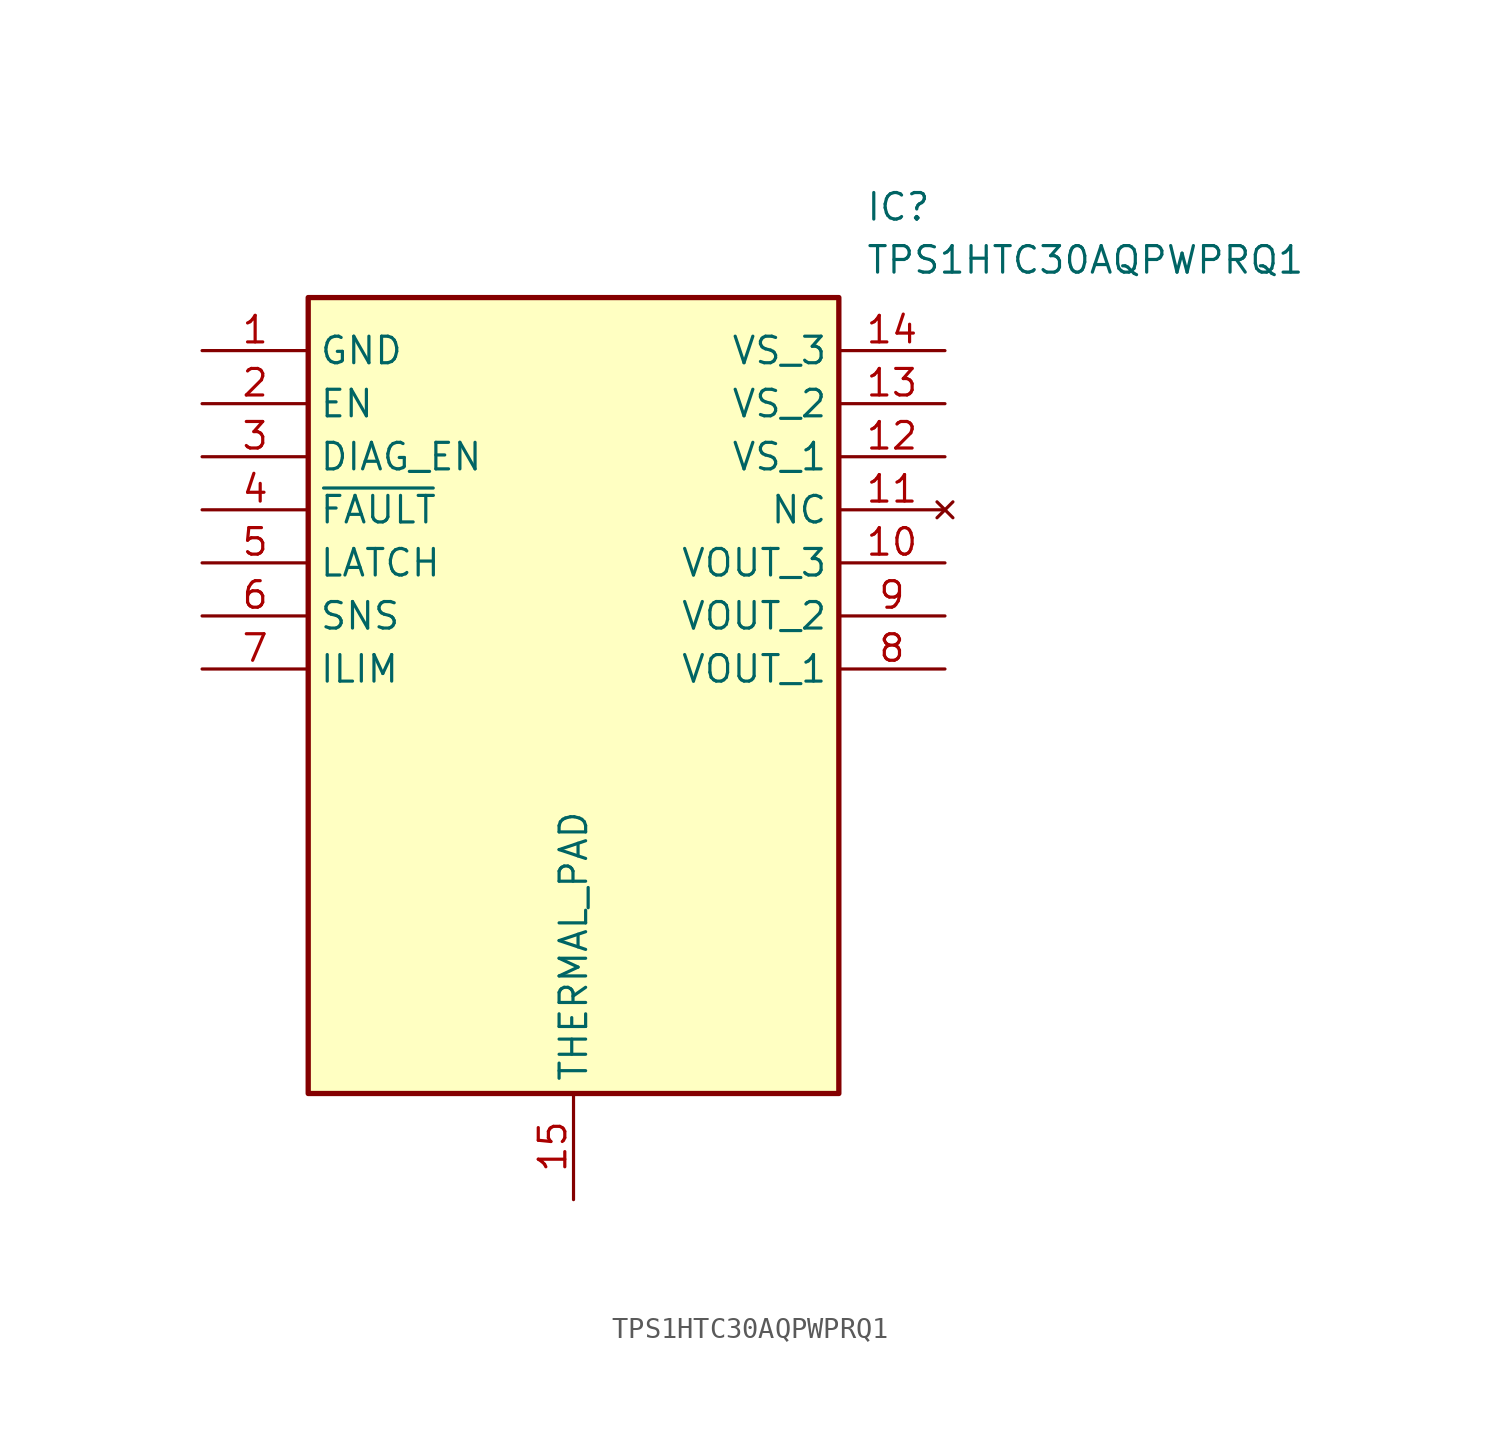
<source format=kicad_sym>
(kicad_symbol_lib
  (version 20211014)
  (generator SamacSys_ECAD_Model)
  (symbol "TPS1HTC30AQPWPRQ1"
    (property "Reference" "IC"
      (at 31.75 7.62 0)
      (effects (font (size 1.27 1.27)) (justify left top)))
    (property "Value" "TPS1HTC30AQPWPRQ1"
      (at 31.75 5.08 0)
      (effects (font (size 1.27 1.27)) (justify left top)))
    (rectangle
      (start 5.08 2.54)
      (end 30.48 -35.56)
      (stroke (width 0.254) (type default))
      (fill (type background)))
    (pin power_in line
      (at 0 0 0)
      (length 5.08)
      (name "GND" (effects (font (size 1.27 1.27))))
      (number "1" (effects (font (size 1.27 1.27)))))
    (pin input line
      (at 0 -2.54 0)
      (length 5.08)
      (name "EN" (effects (font (size 1.27 1.27))))
      (number "2" (effects (font (size 1.27 1.27)))))
    (pin input line
      (at 0 -5.08 0)
      (length 5.08)
      (name "DIAG_EN" (effects (font (size 1.27 1.27))))
      (number "3" (effects (font (size 1.27 1.27)))))
    (pin output line
      (at 0 -7.62 0)
      (length 5.08)
      (name "~{FAULT}" (effects (font (size 1.27 1.27))))
      (number "4" (effects (font (size 1.27 1.27)))))
    (pin input line
      (at 0 -10.16 0)
      (length 5.08)
      (name "LATCH" (effects (font (size 1.27 1.27))))
      (number "5" (effects (font (size 1.27 1.27)))))
    (pin output line
      (at 0 -12.7 0)
      (length 5.08)
      (name "SNS" (effects (font (size 1.27 1.27))))
      (number "6" (effects (font (size 1.27 1.27)))))
    (pin output line
      (at 0 -15.24 0)
      (length 5.08)
      (name "ILIM" (effects (font (size 1.27 1.27))))
      (number "7" (effects (font (size 1.27 1.27)))))
    (pin passive line
      (at 17.78 -40.64 90)
      (length 5.08)
      (name "THERMAL_PAD" (effects (font (size 1.27 1.27))))
      (number "15" (effects (font (size 1.27 1.27)))))
    (pin power_in line
      (at 35.56 0 180)
      (length 5.08)
      (name "VS_3" (effects (font (size 1.27 1.27))))
      (number "14" (effects (font (size 1.27 1.27)))))
    (pin power_in line
      (at 35.56 -2.54 180)
      (length 5.08)
      (name "VS_2" (effects (font (size 1.27 1.27))))
      (number "13" (effects (font (size 1.27 1.27)))))
    (pin power_in line
      (at 35.56 -5.08 180)
      (length 5.08)
      (name "VS_1" (effects (font (size 1.27 1.27))))
      (number "12" (effects (font (size 1.27 1.27)))))
    (pin no_connect line
      (at 35.56 -7.62 180)
      (length 5.08)
      (name "NC" (effects (font (size 1.27 1.27))))
      (number "11" (effects (font (size 1.27 1.27)))))
    (pin power_in line
      (at 35.56 -10.16 180)
      (length 5.08)
      (name "VOUT_3" (effects (font (size 1.27 1.27))))
      (number "10" (effects (font (size 1.27 1.27)))))
    (pin power_in line
      (at 35.56 -12.7 180)
      (length 5.08)
      (name "VOUT_2" (effects (font (size 1.27 1.27))))
      (number "9" (effects (font (size 1.27 1.27)))))
    (pin power_in line
      (at 35.56 -15.24 180)
      (length 5.08)
      (name "VOUT_1" (effects (font (size 1.27 1.27))))
      (number "8" (effects (font (size 1.27 1.27)))))))
</source>
